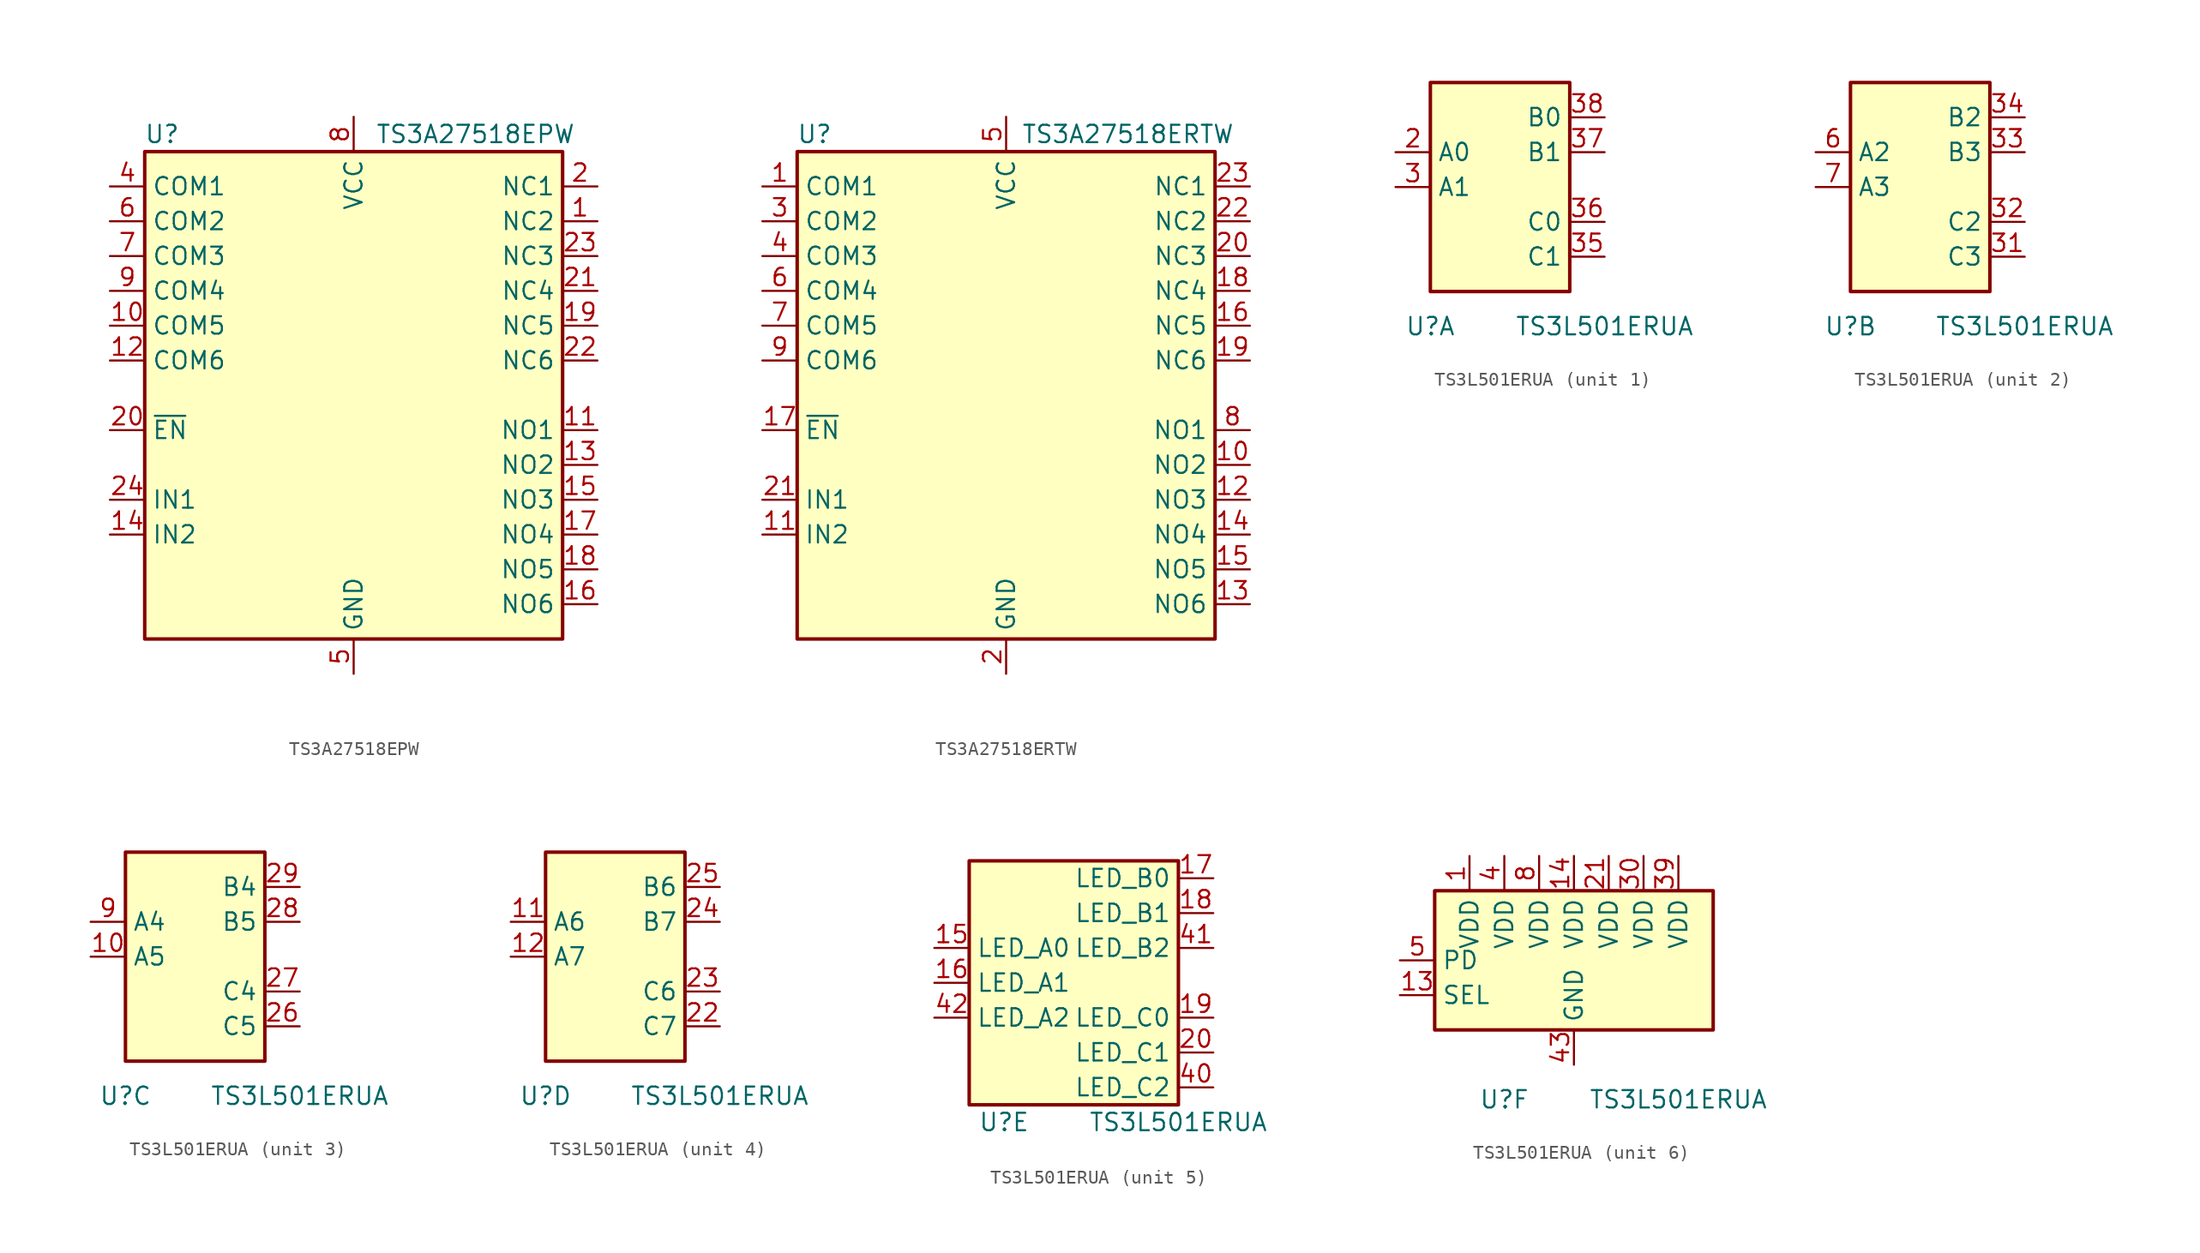
<source format=kicad_sym>
(kicad_symbol_lib
  (version 20220914)
  (generator kicad_symbol_editor)
  (symbol "TS3A27518EPW"
    (property "Reference" "U"
      (at -13.97 19.05 0)
      (effects (font (size 1.27 1.27))))
    (property "Value" "TS3A27518EPW"
      (at 8.89 19.05 0)
      (effects (font (size 1.27 1.27))))
    (symbol "TS3A27518EPW_0_1"
      (rectangle (start 15.24 -17.78) (end -15.24 17.78) (stroke (width 0.254) (type default)) (fill (type background))))
    (symbol "TS3A27518EPW_1_1"
      (pin bidirectional line (at 17.78 12.7 180) (length 2.54) (name "NC2" (effects (font (size 1.27 1.27)))) (number "1" (effects (font (size 1.27 1.27)))))
      (pin bidirectional line (at -17.78 5.08 0) (length 2.54) (name "COM5" (effects (font (size 1.27 1.27)))) (number "10" (effects (font (size 1.27 1.27)))))
      (pin bidirectional line (at 17.78 -2.54 180) (length 2.54) (name "NO1" (effects (font (size 1.27 1.27)))) (number "11" (effects (font (size 1.27 1.27)))))
      (pin bidirectional line (at -17.78 2.54 0) (length 2.54) (name "COM6" (effects (font (size 1.27 1.27)))) (number "12" (effects (font (size 1.27 1.27)))))
      (pin bidirectional line (at 17.78 -5.08 180) (length 2.54) (name "NO2" (effects (font (size 1.27 1.27)))) (number "13" (effects (font (size 1.27 1.27)))))
      (pin input line (at -17.78 -10.16 0) (length 2.54) (name "IN2" (effects (font (size 1.27 1.27)))) (number "14" (effects (font (size 1.27 1.27)))))
      (pin bidirectional line (at 17.78 -7.62 180) (length 2.54) (name "NO3" (effects (font (size 1.27 1.27)))) (number "15" (effects (font (size 1.27 1.27)))))
      (pin bidirectional line (at 17.78 -15.24 180) (length 2.54) (name "NO6" (effects (font (size 1.27 1.27)))) (number "16" (effects (font (size 1.27 1.27)))))
      (pin bidirectional line (at 17.78 -10.16 180) (length 2.54) (name "NO4" (effects (font (size 1.27 1.27)))) (number "17" (effects (font (size 1.27 1.27)))))
      (pin bidirectional line (at 17.78 -12.7 180) (length 2.54) (name "NO5" (effects (font (size 1.27 1.27)))) (number "18" (effects (font (size 1.27 1.27)))))
      (pin bidirectional line (at 17.78 5.08 180) (length 2.54) (name "NC5" (effects (font (size 1.27 1.27)))) (number "19" (effects (font (size 1.27 1.27)))))
      (pin bidirectional line (at 17.78 15.24 180) (length 2.54) (name "NC1" (effects (font (size 1.27 1.27)))) (number "2" (effects (font (size 1.27 1.27)))))
      (pin input line (at -17.78 -2.54 0) (length 2.54) (name "~{EN}" (effects (font (size 1.27 1.27)))) (number "20" (effects (font (size 1.27 1.27)))))
      (pin bidirectional line (at 17.78 7.62 180) (length 2.54) (name "NC4" (effects (font (size 1.27 1.27)))) (number "21" (effects (font (size 1.27 1.27)))))
      (pin bidirectional line (at 17.78 2.54 180) (length 2.54) (name "NC6" (effects (font (size 1.27 1.27)))) (number "22" (effects (font (size 1.27 1.27)))))
      (pin bidirectional line (at 17.78 10.16 180) (length 2.54) (name "NC3" (effects (font (size 1.27 1.27)))) (number "23" (effects (font (size 1.27 1.27)))))
      (pin input line (at -17.78 -7.62 0) (length 2.54) (name "IN1" (effects (font (size 1.27 1.27)))) (number "24" (effects (font (size 1.27 1.27)))))
      (pin no_connect line (at -15.24 -15.24 0) (length 2.54) hide (name "N.C." (effects (font (size 1.27 1.27)))) (number "3" (effects (font (size 1.27 1.27)))))
      (pin bidirectional line (at -17.78 15.24 0) (length 2.54) (name "COM1" (effects (font (size 1.27 1.27)))) (number "4" (effects (font (size 1.27 1.27)))))
      (pin power_in line (at 0 -20.32 90) (length 2.54) (name "GND" (effects (font (size 1.27 1.27)))) (number "5" (effects (font (size 1.27 1.27)))))
      (pin bidirectional line (at -17.78 12.7 0) (length 2.54) (name "COM2" (effects (font (size 1.27 1.27)))) (number "6" (effects (font (size 1.27 1.27)))))
      (pin bidirectional line (at -17.78 10.16 0) (length 2.54) (name "COM3" (effects (font (size 1.27 1.27)))) (number "7" (effects (font (size 1.27 1.27)))))
      (pin power_in line (at 0 20.32 270) (length 2.54) (name "VCC" (effects (font (size 1.27 1.27)))) (number "8" (effects (font (size 1.27 1.27)))))
      (pin bidirectional line (at -17.78 7.62 0) (length 2.54) (name "COM4" (effects (font (size 1.27 1.27)))) (number "9" (effects (font (size 1.27 1.27)))))))
  (symbol "TS3A27518ERTW"
    (property "Reference" "U"
      (at -13.97 19.05 0)
      (effects (font (size 1.27 1.27))))
    (property "Value" "TS3A27518ERTW"
      (at 8.89 19.05 0)
      (effects (font (size 1.27 1.27))))
    (symbol "TS3A27518ERTW_0_1"
      (rectangle (start 15.24 -17.78) (end -15.24 17.78) (stroke (width 0.254) (type default)) (fill (type background))))
    (symbol "TS3A27518ERTW_1_1"
      (pin bidirectional line (at -17.78 15.24 0) (length 2.54) (name "COM1" (effects (font (size 1.27 1.27)))) (number "1" (effects (font (size 1.27 1.27)))))
      (pin bidirectional line (at 17.78 -5.08 180) (length 2.54) (name "NO2" (effects (font (size 1.27 1.27)))) (number "10" (effects (font (size 1.27 1.27)))))
      (pin input line (at -17.78 -10.16 0) (length 2.54) (name "IN2" (effects (font (size 1.27 1.27)))) (number "11" (effects (font (size 1.27 1.27)))))
      (pin bidirectional line (at 17.78 -7.62 180) (length 2.54) (name "NO3" (effects (font (size 1.27 1.27)))) (number "12" (effects (font (size 1.27 1.27)))))
      (pin bidirectional line (at 17.78 -15.24 180) (length 2.54) (name "NO6" (effects (font (size 1.27 1.27)))) (number "13" (effects (font (size 1.27 1.27)))))
      (pin bidirectional line (at 17.78 -10.16 180) (length 2.54) (name "NO4" (effects (font (size 1.27 1.27)))) (number "14" (effects (font (size 1.27 1.27)))))
      (pin bidirectional line (at 17.78 -12.7 180) (length 2.54) (name "NO5" (effects (font (size 1.27 1.27)))) (number "15" (effects (font (size 1.27 1.27)))))
      (pin bidirectional line (at 17.78 5.08 180) (length 2.54) (name "NC5" (effects (font (size 1.27 1.27)))) (number "16" (effects (font (size 1.27 1.27)))))
      (pin input line (at -17.78 -2.54 0) (length 2.54) (name "~{EN}" (effects (font (size 1.27 1.27)))) (number "17" (effects (font (size 1.27 1.27)))))
      (pin bidirectional line (at 17.78 7.62 180) (length 2.54) (name "NC4" (effects (font (size 1.27 1.27)))) (number "18" (effects (font (size 1.27 1.27)))))
      (pin bidirectional line (at 17.78 2.54 180) (length 2.54) (name "NC6" (effects (font (size 1.27 1.27)))) (number "19" (effects (font (size 1.27 1.27)))))
      (pin power_in line (at 0 -20.32 90) (length 2.54) (name "GND" (effects (font (size 1.27 1.27)))) (number "2" (effects (font (size 1.27 1.27)))))
      (pin bidirectional line (at 17.78 10.16 180) (length 2.54) (name "NC3" (effects (font (size 1.27 1.27)))) (number "20" (effects (font (size 1.27 1.27)))))
      (pin input line (at -17.78 -7.62 0) (length 2.54) (name "IN1" (effects (font (size 1.27 1.27)))) (number "21" (effects (font (size 1.27 1.27)))))
      (pin bidirectional line (at 17.78 12.7 180) (length 2.54) (name "NC2" (effects (font (size 1.27 1.27)))) (number "22" (effects (font (size 1.27 1.27)))))
      (pin bidirectional line (at 17.78 15.24 180) (length 2.54) (name "NC1" (effects (font (size 1.27 1.27)))) (number "23" (effects (font (size 1.27 1.27)))))
      (pin no_connect line (at -15.24 -15.24 0) (length 2.54) hide (name "N.C." (effects (font (size 1.27 1.27)))) (number "24" (effects (font (size 1.27 1.27)))))
      (pin passive line (at 0 -20.32 90) (length 2.54) hide (name "GND" (effects (font (size 1.27 1.27)))) (number "25" (effects (font (size 1.27 1.27)))))
      (pin bidirectional line (at -17.78 12.7 0) (length 2.54) (name "COM2" (effects (font (size 1.27 1.27)))) (number "3" (effects (font (size 1.27 1.27)))))
      (pin bidirectional line (at -17.78 10.16 0) (length 2.54) (name "COM3" (effects (font (size 1.27 1.27)))) (number "4" (effects (font (size 1.27 1.27)))))
      (pin power_in line (at 0 20.32 270) (length 2.54) (name "VCC" (effects (font (size 1.27 1.27)))) (number "5" (effects (font (size 1.27 1.27)))))
      (pin bidirectional line (at -17.78 7.62 0) (length 2.54) (name "COM4" (effects (font (size 1.27 1.27)))) (number "6" (effects (font (size 1.27 1.27)))))
      (pin bidirectional line (at -17.78 5.08 0) (length 2.54) (name "COM5" (effects (font (size 1.27 1.27)))) (number "7" (effects (font (size 1.27 1.27)))))
      (pin bidirectional line (at 17.78 -2.54 180) (length 2.54) (name "NO1" (effects (font (size 1.27 1.27)))) (number "8" (effects (font (size 1.27 1.27)))))
      (pin bidirectional line (at -17.78 2.54 0) (length 2.54) (name "COM6" (effects (font (size 1.27 1.27)))) (number "9" (effects (font (size 1.27 1.27)))))))
  (symbol "TS3L501ERUA"
    (property "Reference" "U"
      (at -5.08 -10.16 0)
      (effects (font (size 1.27 1.27))))
    (property "Value" "TS3L501ERUA"
      (at 7.62 -10.16 0)
      (effects (font (size 1.27 1.27))))
    (property "ki_locked" ""
      (at 0 0 0)
      (effects (font (size 1.27 1.27))))
    (symbol "TS3L501ERUA_1_1"
      (rectangle (start -5.08 7.62) (end 5.08 -7.62) (stroke (width 0.254) (type default)) (fill (type background)))
      (pin bidirectional line (at -7.62 2.54 0) (length 2.54) (name "A0" (effects (font (size 1.27 1.27)))) (number "2" (effects (font (size 1.27 1.27)))))
      (pin bidirectional line (at -7.62 0 0) (length 2.54) (name "A1" (effects (font (size 1.27 1.27)))) (number "3" (effects (font (size 1.27 1.27)))))
      (pin bidirectional line (at 7.62 -5.08 180) (length 2.54) (name "C1" (effects (font (size 1.27 1.27)))) (number "35" (effects (font (size 1.27 1.27)))))
      (pin bidirectional line (at 7.62 -2.54 180) (length 2.54) (name "C0" (effects (font (size 1.27 1.27)))) (number "36" (effects (font (size 1.27 1.27)))))
      (pin bidirectional line (at 7.62 2.54 180) (length 2.54) (name "B1" (effects (font (size 1.27 1.27)))) (number "37" (effects (font (size 1.27 1.27)))))
      (pin bidirectional line (at 7.62 5.08 180) (length 2.54) (name "B0" (effects (font (size 1.27 1.27)))) (number "38" (effects (font (size 1.27 1.27))))))
    (symbol "TS3L501ERUA_2_1"
      (rectangle (start -5.08 7.62) (end 5.08 -7.62) (stroke (width 0.254) (type default)) (fill (type background)))
      (pin bidirectional line (at 7.62 -5.08 180) (length 2.54) (name "C3" (effects (font (size 1.27 1.27)))) (number "31" (effects (font (size 1.27 1.27)))))
      (pin bidirectional line (at 7.62 -2.54 180) (length 2.54) (name "C2" (effects (font (size 1.27 1.27)))) (number "32" (effects (font (size 1.27 1.27)))))
      (pin bidirectional line (at 7.62 2.54 180) (length 2.54) (name "B3" (effects (font (size 1.27 1.27)))) (number "33" (effects (font (size 1.27 1.27)))))
      (pin bidirectional line (at 7.62 5.08 180) (length 2.54) (name "B2" (effects (font (size 1.27 1.27)))) (number "34" (effects (font (size 1.27 1.27)))))
      (pin bidirectional line (at -7.62 2.54 0) (length 2.54) (name "A2" (effects (font (size 1.27 1.27)))) (number "6" (effects (font (size 1.27 1.27)))))
      (pin bidirectional line (at -7.62 0 0) (length 2.54) (name "A3" (effects (font (size 1.27 1.27)))) (number "7" (effects (font (size 1.27 1.27))))))
    (symbol "TS3L501ERUA_3_1"
      (rectangle (start -5.08 7.62) (end 5.08 -7.62) (stroke (width 0.254) (type default)) (fill (type background)))
      (pin bidirectional line (at -7.62 0 0) (length 2.54) (name "A5" (effects (font (size 1.27 1.27)))) (number "10" (effects (font (size 1.27 1.27)))))
      (pin bidirectional line (at 7.62 -5.08 180) (length 2.54) (name "C5" (effects (font (size 1.27 1.27)))) (number "26" (effects (font (size 1.27 1.27)))))
      (pin bidirectional line (at 7.62 -2.54 180) (length 2.54) (name "C4" (effects (font (size 1.27 1.27)))) (number "27" (effects (font (size 1.27 1.27)))))
      (pin bidirectional line (at 7.62 2.54 180) (length 2.54) (name "B5" (effects (font (size 1.27 1.27)))) (number "28" (effects (font (size 1.27 1.27)))))
      (pin bidirectional line (at 7.62 5.08 180) (length 2.54) (name "B4" (effects (font (size 1.27 1.27)))) (number "29" (effects (font (size 1.27 1.27)))))
      (pin bidirectional line (at -7.62 2.54 0) (length 2.54) (name "A4" (effects (font (size 1.27 1.27)))) (number "9" (effects (font (size 1.27 1.27))))))
    (symbol "TS3L501ERUA_4_1"
      (rectangle (start -5.08 7.62) (end 5.08 -7.62) (stroke (width 0.254) (type default)) (fill (type background)))
      (pin bidirectional line (at -7.62 2.54 0) (length 2.54) (name "A6" (effects (font (size 1.27 1.27)))) (number "11" (effects (font (size 1.27 1.27)))))
      (pin bidirectional line (at -7.62 0 0) (length 2.54) (name "A7" (effects (font (size 1.27 1.27)))) (number "12" (effects (font (size 1.27 1.27)))))
      (pin bidirectional line (at 7.62 -5.08 180) (length 2.54) (name "C7" (effects (font (size 1.27 1.27)))) (number "22" (effects (font (size 1.27 1.27)))))
      (pin bidirectional line (at 7.62 -2.54 180) (length 2.54) (name "C6" (effects (font (size 1.27 1.27)))) (number "23" (effects (font (size 1.27 1.27)))))
      (pin bidirectional line (at 7.62 2.54 180) (length 2.54) (name "B7" (effects (font (size 1.27 1.27)))) (number "24" (effects (font (size 1.27 1.27)))))
      (pin bidirectional line (at 7.62 5.08 180) (length 2.54) (name "B6" (effects (font (size 1.27 1.27)))) (number "25" (effects (font (size 1.27 1.27))))))
    (symbol "TS3L501ERUA_5_1"
      (rectangle (start -7.62 8.89) (end 7.62 -8.89) (stroke (width 0.254) (type default)) (fill (type background)))
      (pin bidirectional line (at -10.16 2.54 0) (length 2.54) (name "LED_A0" (effects (font (size 1.27 1.27)))) (number "15" (effects (font (size 1.27 1.27)))))
      (pin bidirectional line (at -10.16 0 0) (length 2.54) (name "LED_A1" (effects (font (size 1.27 1.27)))) (number "16" (effects (font (size 1.27 1.27)))))
      (pin bidirectional line (at 10.16 7.62 180) (length 2.54) (name "LED_B0" (effects (font (size 1.27 1.27)))) (number "17" (effects (font (size 1.27 1.27)))))
      (pin bidirectional line (at 10.16 5.08 180) (length 2.54) (name "LED_B1" (effects (font (size 1.27 1.27)))) (number "18" (effects (font (size 1.27 1.27)))))
      (pin bidirectional line (at 10.16 -2.54 180) (length 2.54) (name "LED_C0" (effects (font (size 1.27 1.27)))) (number "19" (effects (font (size 1.27 1.27)))))
      (pin bidirectional line (at 10.16 -5.08 180) (length 2.54) (name "LED_C1" (effects (font (size 1.27 1.27)))) (number "20" (effects (font (size 1.27 1.27)))))
      (pin bidirectional line (at 10.16 -7.62 180) (length 2.54) (name "LED_C2" (effects (font (size 1.27 1.27)))) (number "40" (effects (font (size 1.27 1.27)))))
      (pin bidirectional line (at 10.16 2.54 180) (length 2.54) (name "LED_B2" (effects (font (size 1.27 1.27)))) (number "41" (effects (font (size 1.27 1.27)))))
      (pin bidirectional line (at -10.16 -2.54 0) (length 2.54) (name "LED_A2" (effects (font (size 1.27 1.27)))) (number "42" (effects (font (size 1.27 1.27))))))
    (symbol "TS3L501ERUA_6_0"
      (rectangle (start -10.16 5.08) (end 10.16 -5.08) (stroke (width 0.254) (type default)) (fill (type background))))
    (symbol "TS3L501ERUA_6_1"
      (pin power_in line (at -7.62 7.62 270) (length 2.54) (name "VDD" (effects (font (size 1.27 1.27)))) (number "1" (effects (font (size 1.27 1.27)))))
      (pin input line (at -12.7 -2.54 0) (length 2.54) (name "SEL" (effects (font (size 1.27 1.27)))) (number "13" (effects (font (size 1.27 1.27)))))
      (pin power_in line (at 0 7.62 270) (length 2.54) (name "VDD" (effects (font (size 1.27 1.27)))) (number "14" (effects (font (size 1.27 1.27)))))
      (pin power_in line (at 2.54 7.62 270) (length 2.54) (name "VDD" (effects (font (size 1.27 1.27)))) (number "21" (effects (font (size 1.27 1.27)))))
      (pin power_in line (at 5.08 7.62 270) (length 2.54) (name "VDD" (effects (font (size 1.27 1.27)))) (number "30" (effects (font (size 1.27 1.27)))))
      (pin power_in line (at 7.62 7.62 270) (length 2.54) (name "VDD" (effects (font (size 1.27 1.27)))) (number "39" (effects (font (size 1.27 1.27)))))
      (pin power_in line (at -5.08 7.62 270) (length 2.54) (name "VDD" (effects (font (size 1.27 1.27)))) (number "4" (effects (font (size 1.27 1.27)))))
      (pin power_in line (at 0 -7.62 90) (length 2.54) (name "GND" (effects (font (size 1.27 1.27)))) (number "43" (effects (font (size 1.27 1.27)))))
      (pin input line (at -12.7 0 0) (length 2.54) (name "PD" (effects (font (size 1.27 1.27)))) (number "5" (effects (font (size 1.27 1.27)))))
      (pin power_in line (at -2.54 7.62 270) (length 2.54) (name "VDD" (effects (font (size 1.27 1.27)))) (number "8" (effects (font (size 1.27 1.27))))))))
</source>
